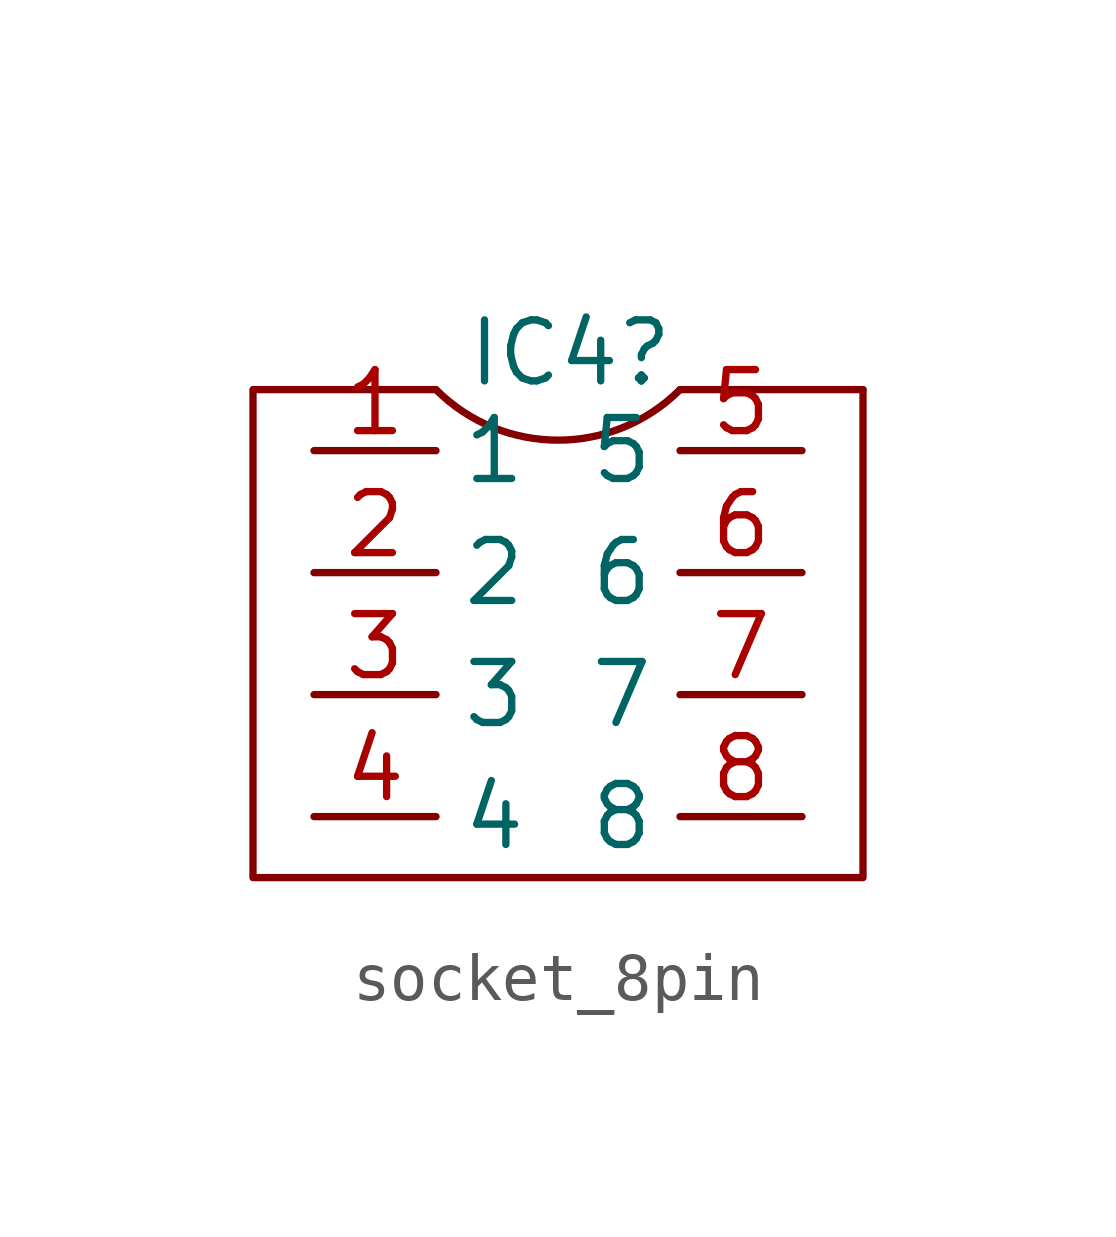
<source format=kicad_sym>
(kicad_symbol_lib
  (version 20231120)
  (generator "kicad_symbol_editor")
  (generator_version "8.0")
  (symbol "socket_8pin"
    (property "Reference" "IC4"
      (at 0.254 5.842 0)
      (effects (font (size 1.27 1.27))))
    (property "Value" ""
      (at -2.54 7.62 0)
      (effects (font (size 1.27 1.27))))
    (symbol "socket_8pin_0_1"
      (arc (start -2.54 5.08) (mid 0 4.0279) (end 2.54 5.08) (stroke (width 0) (type default)) (fill (type none)))
      (polyline (pts (xy 6.35 5.08) (xy 2.54 5.08)) (stroke (width 0) (type default)) (fill (type none)))
      (polyline (pts (xy -2.54 5.08) (xy -6.35 5.08) (xy -6.35 -5.08) (xy 6.35 -5.08) (xy 6.35 5.08)) (stroke (width 0) (type default)) (fill (type none))))
    (symbol "socket_8pin_1_0"
      (pin passive line (at -5.08 1.27 0) (length 2.54) (name "2" (effects (font (size 1.27 1.27)))) (number "2" (effects (font (size 1.27 1.27)))))
      (pin passive line (at -5.08 -1.27 0) (length 2.54) (name "3" (effects (font (size 1.27 1.27)))) (number "3" (effects (font (size 1.27 1.27)))))
      (pin passive line (at -5.08 -3.81 0) (length 2.54) (name "4" (effects (font (size 1.27 1.27)))) (number "4" (effects (font (size 1.27 1.27)))))
      (pin passive line (at 5.08 3.81 180) (length 2.54) (name "5" (effects (font (size 1.27 1.27)))) (number "5" (effects (font (size 1.27 1.27)))))
      (pin passive line (at 5.08 1.27 180) (length 2.54) (name "6" (effects (font (size 1.27 1.27)))) (number "6" (effects (font (size 1.27 1.27)))))
      (pin passive line (at 5.08 -1.27 180) (length 2.54) (name "7" (effects (font (size 1.27 1.27)))) (number "7" (effects (font (size 1.27 1.27)))))
      (pin passive line (at 5.08 -3.81 180) (length 2.54) (name "8" (effects (font (size 1.27 1.27)))) (number "8" (effects (font (size 1.27 1.27))))))
    (symbol "socket_8pin_1_1"
      (pin passive line (at -5.08 3.81 0) (length 2.54) (name "1" (effects (font (size 1.27 1.27)))) (number "1" (effects (font (size 1.27 1.27))))))))
</source>
